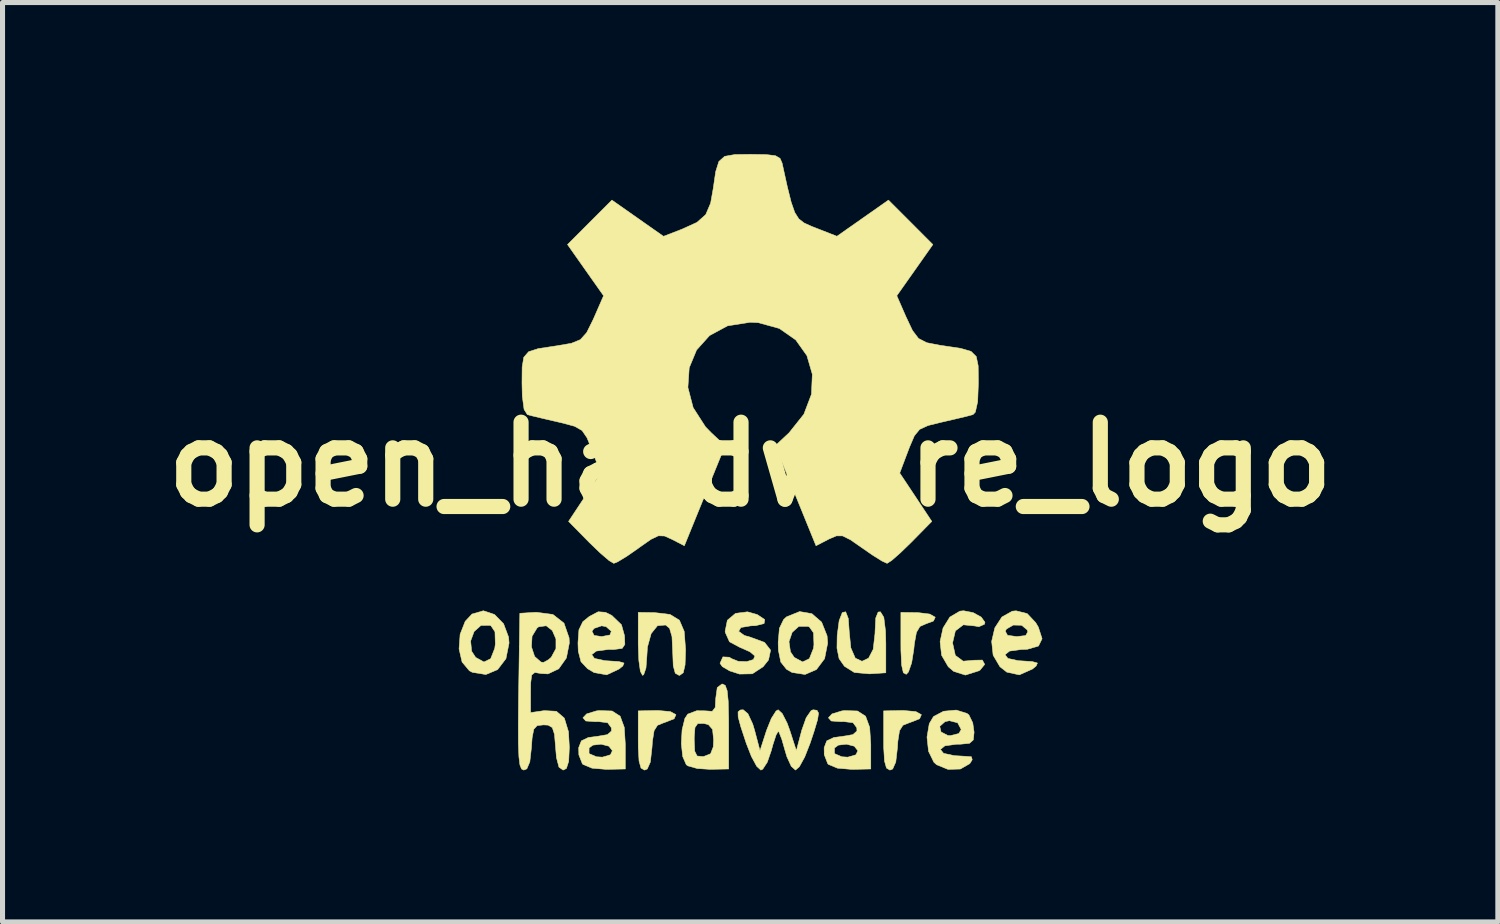
<source format=kicad_pcb>
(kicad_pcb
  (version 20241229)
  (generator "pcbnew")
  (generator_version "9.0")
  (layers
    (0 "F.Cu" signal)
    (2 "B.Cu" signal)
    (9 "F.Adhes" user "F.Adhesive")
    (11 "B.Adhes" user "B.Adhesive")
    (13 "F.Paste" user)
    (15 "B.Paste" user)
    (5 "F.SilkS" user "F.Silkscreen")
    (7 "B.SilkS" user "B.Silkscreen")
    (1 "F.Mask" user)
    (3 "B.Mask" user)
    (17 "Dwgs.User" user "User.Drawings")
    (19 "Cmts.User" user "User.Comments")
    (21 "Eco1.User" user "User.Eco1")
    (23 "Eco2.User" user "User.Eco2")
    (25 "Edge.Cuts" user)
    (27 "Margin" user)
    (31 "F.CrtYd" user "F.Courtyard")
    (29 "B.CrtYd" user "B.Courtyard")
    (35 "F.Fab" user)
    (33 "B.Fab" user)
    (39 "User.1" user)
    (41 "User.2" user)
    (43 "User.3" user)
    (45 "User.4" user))
  (footprint "open_hardware_logo"
    (layer "F.Cu")
    (at 11.8 6.142)
    (property "Reference" "open_hardware_logo" (at 0 0 0) (layer "F.SilkS") (effects (font (size 1.524 1.524) (thickness 0.3))))
    (attr through_hole)
    (fp_poly (pts (xy 3.324 2.935) (xy 3.556 2.964) (xy 3.663 3.026) (xy 3.628 3.101) (xy 3.478 3.157) (xy 3.36 3.209) (xy 3.291 3.325) (xy 3.25 3.549) (xy 3.239 3.662) (xy 3.196 3.93) (xy 3.133 4.11) (xy 3.09 4.156) (xy 3.032 4.126) (xy 2.998 3.976) (xy 2.984 3.685) (xy 2.983 3.56) (xy 2.983 2.93) (xy 3.324 2.935)) (stroke (width 0.01) (type solid)) (fill yes) (layer "F.SilkS"))
    (fp_poly (pts (xy -1.58 4.894) (xy -1.469 4.955) (xy -1.506 5.036) (xy -1.699 5.112) (xy -1.711 5.115) (xy -1.835 5.165) (xy -1.902 5.271) (xy -1.935 5.481) (xy -1.944 5.608) (xy -1.976 5.892) (xy -2.037 6.03) (xy -2.093 6.052) (xy -2.161 6.012) (xy -2.2 5.874) (xy -2.215 5.607) (xy -2.216 5.466) (xy -2.216 4.88) (xy -1.826 4.872) (xy -1.58 4.894)) (stroke (width 0.01) (type solid)) (fill yes) (layer "F.SilkS"))
    (fp_poly (pts (xy 3.279 4.894) (xy 3.389 4.955) (xy 3.353 5.036) (xy 3.159 5.112) (xy 3.147 5.115) (xy 3.023 5.165) (xy 2.956 5.271) (xy 2.923 5.481) (xy 2.915 5.608) (xy 2.882 5.892) (xy 2.821 6.03) (xy 2.766 6.052) (xy 2.698 6.012) (xy 2.659 5.874) (xy 2.643 5.607) (xy 2.642 5.466) (xy 2.642 4.88) (xy 3.032 4.872) (xy 3.279 4.894)) (stroke (width 0.01) (type solid)) (fill yes) (layer "F.SilkS"))
    (fp_poly (pts (xy 1.942 3.051) (xy 1.96 3.307) (xy 1.992 3.632) (xy 2.08 3.835) (xy 2.213 3.898) (xy 2.344 3.836) (xy 2.435 3.661) (xy 2.471 3.347) (xy 2.472 3.307) (xy 2.486 3.04) (xy 2.533 2.924) (xy 2.578 2.919) (xy 2.645 3.028) (xy 2.679 3.3) (xy 2.685 3.54) (xy 2.685 4.126) (xy 2.361 4.147) (xy 2.062 4.12) (xy 1.866 3.997) (xy 1.76 3.846) (xy 1.718 3.639) (xy 1.722 3.39) (xy 1.761 3.094) (xy 1.823 2.934) (xy 1.89 2.918) (xy 1.942 3.051)) (stroke (width 0.01) (type solid)) (fill yes) (layer "F.SilkS"))
    (fp_poly (pts (xy 4.413 2.935) (xy 4.573 3.023) (xy 4.647 3.126) (xy 4.639 3.164) (xy 4.526 3.214) (xy 4.454 3.2) (xy 4.219 3.176) (xy 4.062 3.296) (xy 4.006 3.534) (xy 4.061 3.782) (xy 4.216 3.896) (xy 4.437 3.877) (xy 4.596 3.874) (xy 4.642 3.959) (xy 4.551 4.072) (xy 4.525 4.087) (xy 4.259 4.171) (xy 4.029 4.098) (xy 3.921 4.006) (xy 3.789 3.779) (xy 3.759 3.508) (xy 3.818 3.239) (xy 3.953 3.022) (xy 4.151 2.906) (xy 4.225 2.898) (xy 4.413 2.935)) (stroke (width 0.01) (type solid)) (fill yes) (layer "F.SilkS"))
    (fp_poly (pts (xy -1.888 2.935) (xy -1.587 2.971) (xy -1.401 3.085) (xy -1.306 3.307) (xy -1.279 3.663) (xy -1.279 3.676) (xy -1.289 3.969) (xy -1.325 4.125) (xy -1.395 4.176) (xy -1.406 4.177) (xy -1.483 4.135) (xy -1.523 3.988) (xy -1.534 3.705) (xy -1.548 3.409) (xy -1.596 3.245) (xy -1.674 3.18) (xy -1.835 3.194) (xy -1.96 3.349) (xy -2.034 3.617) (xy -2.046 3.809) (xy -2.063 4.032) (xy -2.108 4.163) (xy -2.131 4.177) (xy -2.174 4.097) (xy -2.204 3.884) (xy -2.216 3.572) (xy -2.216 3.553) (xy -2.216 2.93) (xy -1.888 2.935)) (stroke (width 0.01) (type solid)) (fill yes) (layer "F.SilkS"))
    (fp_poly (pts (xy -5.061 2.972) (xy -4.882 3.155) (xy -4.783 3.419) (xy -4.773 3.537) (xy -4.835 3.847) (xy -5 4.063) (xy -5.232 4.16) (xy -5.499 4.117) (xy -5.558 4.086) (xy -5.703 3.913) (xy -5.763 3.653) (xy -5.751 3.496) (xy -5.534 3.496) (xy -5.514 3.699) (xy -5.435 3.821) (xy -5.27 3.912) (xy -5.137 3.847) (xy -5.056 3.641) (xy -5.045 3.557) (xy -5.052 3.314) (xy -5.131 3.196) (xy -5.153 3.186) (xy -5.33 3.189) (xy -5.465 3.309) (xy -5.534 3.496) (xy -5.751 3.496) (xy -5.742 3.364) (xy -5.641 3.107) (xy -5.506 2.963) (xy -5.281 2.898) (xy -5.061 2.972)) (stroke (width 0.01) (type solid)) (fill yes) (layer "F.SilkS"))
    (fp_poly (pts (xy 1.221 2.956) (xy 1.414 3.123) (xy 1.522 3.394) (xy 1.534 3.537) (xy 1.473 3.846) (xy 1.312 4.061) (xy 1.086 4.159) (xy 0.83 4.12) (xy 0.719 4.056) (xy 0.606 3.914) (xy 0.558 3.678) (xy 0.554 3.537) (xy 0.556 3.51) (xy 0.768 3.51) (xy 0.797 3.71) (xy 0.872 3.821) (xy 1.037 3.911) (xy 1.172 3.846) (xy 1.253 3.641) (xy 1.262 3.569) (xy 1.254 3.335) (xy 1.172 3.219) (xy 1.144 3.206) (xy 0.964 3.206) (xy 0.831 3.325) (xy 0.768 3.51) (xy 0.556 3.51) (xy 0.578 3.246) (xy 0.662 3.071) (xy 0.719 3.019) (xy 0.978 2.914) (xy 1.221 2.956)) (stroke (width 0.01) (type solid)) (fill yes) (layer "F.SilkS"))
    (fp_poly (pts (xy 0.139 2.973) (xy 0.288 3.073) (xy 0.275 3.151) (xy 0.108 3.193) (xy 0.014 3.196) (xy -0.184 3.229) (xy -0.228 3.304) (xy -0.118 3.386) (xy 0.007 3.422) (xy 0.284 3.524) (xy 0.404 3.678) (xy 0.363 3.872) (xy 0.256 4.006) (xy 0.042 4.146) (xy -0.21 4.151) (xy -0.405 4.089) (xy -0.552 4.003) (xy -0.597 3.938) (xy -0.54 3.811) (xy -0.411 3.818) (xy -0.375 3.843) (xy -0.236 3.899) (xy -0.067 3.904) (xy 0.064 3.864) (xy 0.093 3.793) (xy -0.005 3.71) (xy -0.195 3.626) (xy -0.205 3.622) (xy -0.41 3.512) (xy -0.492 3.329) (xy -0.496 3.304) (xy -0.452 3.086) (xy -0.291 2.95) (xy -0.054 2.919) (xy 0.139 2.973)) (stroke (width 0.01) (type solid)) (fill yes) (layer "F.SilkS"))
    (fp_poly (pts (xy -2.734 4.882) (xy -2.574 4.985) (xy -2.493 5.205) (xy -2.472 5.54) (xy -2.472 6.03) (xy -2.848 6.038) (xy -3.131 6.014) (xy -3.309 5.94) (xy -3.323 5.925) (xy -3.392 5.749) (xy -3.392 5.725) (xy -3.19 5.725) (xy -3.045 5.788) (xy -2.926 5.796) (xy -2.766 5.749) (xy -2.728 5.668) (xy -2.797 5.579) (xy -2.952 5.539) (xy -3.114 5.558) (xy -3.189 5.614) (xy -3.19 5.725) (xy -3.392 5.725) (xy -3.395 5.609) (xy -3.342 5.473) (xy -3.204 5.407) (xy -3.042 5.386) (xy -2.826 5.35) (xy -2.746 5.279) (xy -2.747 5.215) (xy -2.822 5.114) (xy -3.011 5.091) (xy -3.058 5.094) (xy -3.254 5.08) (xy -3.311 5.017) (xy -3.238 4.94) (xy -3.047 4.881) (xy -2.992 4.874) (xy -2.734 4.882)) (stroke (width 0.01) (type solid)) (fill yes) (layer "F.SilkS"))
    (fp_poly (pts (xy 2.124 4.882) (xy 2.284 4.985) (xy 2.365 5.205) (xy 2.387 5.54) (xy 2.387 6.03) (xy 2.011 6.038) (xy 1.728 6.014) (xy 1.55 5.94) (xy 1.535 5.925) (xy 1.467 5.749) (xy 1.466 5.725) (xy 1.668 5.725) (xy 1.813 5.788) (xy 1.932 5.796) (xy 2.093 5.749) (xy 2.131 5.668) (xy 2.061 5.579) (xy 1.906 5.539) (xy 1.745 5.558) (xy 1.669 5.614) (xy 1.668 5.725) (xy 1.466 5.725) (xy 1.464 5.609) (xy 1.516 5.473) (xy 1.655 5.407) (xy 1.816 5.386) (xy 2.032 5.35) (xy 2.113 5.279) (xy 2.111 5.215) (xy 2.036 5.114) (xy 1.847 5.091) (xy 1.8 5.094) (xy 1.605 5.08) (xy 1.548 5.017) (xy 1.62 4.94) (xy 1.812 4.881) (xy 1.866 4.874) (xy 2.124 4.882)) (stroke (width 0.01) (type solid)) (fill yes) (layer "F.SilkS"))
    (fp_poly (pts (xy 5.483 2.954) (xy 5.653 3.135) (xy 5.705 3.224) (xy 5.778 3.452) (xy 5.707 3.596) (xy 5.488 3.66) (xy 5.365 3.665) (xy 5.134 3.696) (xy 5.045 3.767) (xy 5.102 3.842) (xy 5.31 3.887) (xy 5.335 3.888) (xy 5.584 3.904) (xy 5.686 3.933) (xy 5.66 3.992) (xy 5.588 4.051) (xy 5.328 4.167) (xy 5.08 4.113) (xy 4.944 4.006) (xy 4.809 3.777) (xy 4.78 3.504) (xy 4.827 3.303) (xy 5.05 3.303) (xy 5.094 3.384) (xy 5.275 3.409) (xy 5.453 3.389) (xy 5.495 3.317) (xy 5.484 3.277) (xy 5.374 3.185) (xy 5.208 3.181) (xy 5.073 3.259) (xy 5.05 3.303) (xy 4.827 3.303) (xy 4.843 3.236) (xy 4.983 3.021) (xy 5.187 2.907) (xy 5.263 2.899) (xy 5.483 2.954)) (stroke (width 0.01) (type solid)) (fill yes) (layer "F.SilkS"))
    (fp_poly (pts (xy -2.864 2.929) (xy -2.739 2.991) (xy -2.548 3.175) (xy -2.488 3.391) (xy -2.481 3.564) (xy -2.534 3.643) (xy -2.693 3.664) (xy -2.814 3.665) (xy -3.046 3.696) (xy -3.137 3.766) (xy -3.083 3.841) (xy -2.878 3.886) (xy -2.847 3.888) (xy -2.598 3.904) (xy -2.497 3.933) (xy -2.522 3.992) (xy -2.595 4.051) (xy -2.84 4.166) (xy -3.089 4.122) (xy -3.22 4.044) (xy -3.349 3.907) (xy -3.403 3.699) (xy -3.409 3.534) (xy -3.392 3.303) (xy -3.132 3.303) (xy -3.09 3.386) (xy -2.941 3.409) (xy -2.775 3.377) (xy -2.749 3.303) (xy -2.853 3.212) (xy -2.941 3.196) (xy -3.09 3.247) (xy -3.132 3.303) (xy -3.392 3.303) (xy -3.39 3.275) (xy -3.313 3.115) (xy -3.186 3.012) (xy -3.009 2.918) (xy -2.864 2.929)) (stroke (width 0.01) (type solid)) (fill yes) (layer "F.SilkS"))
    (fp_poly (pts (xy 4.291 4.93) (xy 4.33 4.961) (xy 4.406 5.118) (xy 4.432 5.302) (xy 4.417 5.454) (xy 4.341 5.522) (xy 4.155 5.54) (xy 4.084 5.54) (xy 3.853 5.572) (xy 3.766 5.643) (xy 3.827 5.72) (xy 4.04 5.766) (xy 4.056 5.767) (xy 4.261 5.779) (xy 4.379 5.788) (xy 4.395 5.847) (xy 4.347 5.924) (xy 4.16 6.031) (xy 3.916 6.038) (xy 3.691 5.946) (xy 3.636 5.896) (xy 3.53 5.679) (xy 3.5 5.399) (xy 3.536 5.186) (xy 3.752 5.186) (xy 3.778 5.297) (xy 3.911 5.366) (xy 3.963 5.37) (xy 4.131 5.328) (xy 4.177 5.249) (xy 4.107 5.116) (xy 3.944 5.074) (xy 3.857 5.093) (xy 3.752 5.186) (xy 3.536 5.186) (xy 3.545 5.133) (xy 3.629 4.992) (xy 3.828 4.887) (xy 4.078 4.864) (xy 4.291 4.93)) (stroke (width 0.01) (type solid)) (fill yes) (layer "F.SilkS"))
    (fp_poly (pts (xy -0.494 4.375) (xy -0.456 4.479) (xy -0.435 4.687) (xy -0.427 5.026) (xy -0.426 5.189) (xy -0.426 6.03) (xy -0.796 6.037) (xy -1.047 6.021) (xy -1.231 5.969) (xy -1.265 5.946) (xy -1.336 5.783) (xy -1.363 5.529) (xy -1.359 5.455) (xy -1.108 5.455) (xy -1.098 5.678) (xy -1.051 5.773) (xy -0.942 5.784) (xy -0.916 5.781) (xy -0.784 5.729) (xy -0.731 5.593) (xy -0.724 5.455) (xy -0.745 5.246) (xy -0.828 5.152) (xy -0.916 5.129) (xy -1.038 5.131) (xy -1.093 5.209) (xy -1.108 5.407) (xy -1.108 5.455) (xy -1.359 5.455) (xy -1.348 5.255) (xy -1.293 5.03) (xy -1.236 4.944) (xy -1.058 4.877) (xy -0.895 4.879) (xy -0.751 4.889) (xy -0.692 4.812) (xy -0.682 4.633) (xy -0.652 4.418) (xy -0.557 4.347) (xy -0.554 4.347) (xy -0.494 4.375)) (stroke (width 0.01) (type solid)) (fill yes) (layer "F.SilkS"))
    (fp_poly (pts (xy 1.323 4.869) (xy 1.353 4.924) (xy 1.334 5.054) (xy 1.263 5.291) (xy 1.185 5.524) (xy 1.079 5.794) (xy 0.974 5.984) (xy 0.897 6.052) (xy 0.813 5.977) (xy 0.726 5.786) (xy 0.691 5.668) (xy 0.626 5.442) (xy 0.572 5.304) (xy 0.554 5.285) (xy 0.512 5.359) (xy 0.45 5.548) (xy 0.417 5.668) (xy 0.339 5.895) (xy 0.249 6.033) (xy 0.211 6.052) (xy 0.129 5.977) (xy 0.024 5.782) (xy -0.077 5.524) (xy -0.185 5.197) (xy -0.238 5) (xy -0.24 4.899) (xy -0.194 4.862) (xy -0.138 4.858) (xy -0.045 4.936) (xy 0.05 5.14) (xy 0.087 5.263) (xy 0.194 5.668) (xy 0.325 5.263) (xy 0.418 5.031) (xy 0.511 4.884) (xy 0.554 4.858) (xy 0.634 4.932) (xy 0.731 5.121) (xy 0.783 5.263) (xy 0.914 5.668) (xy 1.021 5.263) (xy 1.109 5.015) (xy 1.206 4.875) (xy 1.246 4.858) (xy 1.323 4.869)) (stroke (width 0.01) (type solid)) (fill yes) (layer "F.SilkS"))
    (fp_poly (pts (xy -3.906 2.971) (xy -3.686 3.143) (xy -3.585 3.434) (xy -3.58 3.537) (xy -3.638 3.832) (xy -3.79 4.047) (xy -4.003 4.148) (xy -4.141 4.14) (xy -4.264 4.12) (xy -4.325 4.17) (xy -4.345 4.326) (xy -4.347 4.501) (xy -4.347 4.914) (xy -4.077 4.875) (xy -3.836 4.888) (xy -3.679 5.023) (xy -3.597 5.293) (xy -3.58 5.599) (xy -3.593 5.879) (xy -3.638 6.02) (xy -3.703 6.052) (xy -3.785 5.994) (xy -3.835 5.804) (xy -3.852 5.604) (xy -3.874 5.343) (xy -3.917 5.21) (xy -4.001 5.162) (xy -4.091 5.157) (xy -4.217 5.171) (xy -4.284 5.244) (xy -4.317 5.416) (xy -4.33 5.604) (xy -4.362 5.888) (xy -4.421 6.027) (xy -4.481 6.052) (xy -4.526 6.03) (xy -4.558 5.95) (xy -4.578 5.79) (xy -4.589 5.529) (xy -4.59 5.145) (xy -4.585 4.616) (xy -4.583 4.5) (xy -4.57 3.612) (xy -4.33 3.612) (xy -4.267 3.803) (xy -4.142 3.913) (xy -4.091 3.921) (xy -3.994 3.868) (xy -3.938 3.819) (xy -3.845 3.647) (xy -3.845 3.456) (xy -3.917 3.29) (xy -4.037 3.195) (xy -4.186 3.215) (xy -4.219 3.239) (xy -4.318 3.403) (xy -4.33 3.612) (xy -4.57 3.612) (xy -4.56 2.948) (xy -4.236 2.928) (xy -3.906 2.971)) (stroke (width 0.01) (type solid)) (fill yes) (layer "F.SilkS"))
    (fp_poly (pts (xy 0.319 -6.132) (xy 0.5 -6.11) (xy 0.591 -6.057) (xy 0.632 -5.963) (xy 0.636 -5.945) (xy 0.734 -5.5) (xy 0.811 -5.191) (xy 0.882 -4.987) (xy 0.962 -4.86) (xy 1.068 -4.778) (xy 1.216 -4.711) (xy 1.306 -4.676) (xy 1.717 -4.515) (xy 2.737 -5.231) (xy 3.177 -4.791) (xy 3.616 -4.351) (xy 3.259 -3.844) (xy 2.902 -3.338) (xy 3.082 -2.926) (xy 3.212 -2.651) (xy 3.332 -2.492) (xy 3.496 -2.408) (xy 3.757 -2.357) (xy 3.828 -2.347) (xy 4.167 -2.296) (xy 4.371 -2.237) (xy 4.475 -2.135) (xy 4.513 -1.952) (xy 4.517 -1.653) (xy 4.517 -1.611) (xy 4.503 -1.241) (xy 4.457 -1.034) (xy 4.411 -0.985) (xy 4.275 -0.949) (xy 4.031 -0.891) (xy 3.801 -0.838) (xy 3.521 -0.769) (xy 3.355 -0.693) (xy 3.25 -0.566) (xy 3.155 -0.344) (xy 3.129 -0.276) (xy 2.96 0.172) (xy 3.278 0.65) (xy 3.595 1.129) (xy 3.186 1.545) (xy 2.971 1.753) (xy 2.801 1.902) (xy 2.71 1.96) (xy 2.71 1.96) (xy 2.61 1.914) (xy 2.418 1.794) (xy 2.221 1.657) (xy 1.983 1.492) (xy 1.829 1.416) (xy 1.708 1.415) (xy 1.567 1.475) (xy 1.551 1.483) (xy 1.303 1.611) (xy 0.497 -0.37) (xy 0.77 -0.625) (xy 1.063 -0.993) (xy 1.213 -1.388) (xy 1.23 -1.784) (xy 1.123 -2.152) (xy 0.902 -2.463) (xy 0.577 -2.69) (xy 0.159 -2.805) (xy 0 -2.813) (xy -0.448 -2.742) (xy -0.804 -2.55) (xy -1.061 -2.264) (xy -1.207 -1.912) (xy -1.233 -1.522) (xy -1.129 -1.123) (xy -0.885 -0.743) (xy -0.77 -0.625) (xy -0.497 -0.37) (xy -0.9 0.621) (xy -1.303 1.611) (xy -1.551 1.483) (xy -1.696 1.418) (xy -1.817 1.414) (xy -1.965 1.485) (xy -2.194 1.645) (xy -2.21 1.658) (xy -2.442 1.819) (xy -2.623 1.929) (xy -2.7 1.96) (xy -2.794 1.904) (xy -2.968 1.755) (xy -3.184 1.547) (xy -3.186 1.545) (xy -3.595 1.129) (xy -3.278 0.65) (xy -2.96 0.172) (xy -3.129 -0.276) (xy -3.23 -0.526) (xy -3.328 -0.67) (xy -3.476 -0.754) (xy -3.726 -0.821) (xy -3.801 -0.838) (xy -4.088 -0.905) (xy -4.314 -0.959) (xy -4.411 -0.985) (xy -4.476 -1.088) (xy -4.511 -1.351) (xy -4.517 -1.611) (xy -4.514 -1.925) (xy -4.482 -2.119) (xy -4.387 -2.229) (xy -4.196 -2.291) (xy -3.873 -2.34) (xy -3.828 -2.347) (xy -3.54 -2.396) (xy -3.361 -2.469) (xy -3.236 -2.609) (xy -3.113 -2.857) (xy -3.082 -2.926) (xy -2.902 -3.338) (xy -3.259 -3.844) (xy -3.616 -4.351) (xy -3.177 -4.791) (xy -2.737 -5.231) (xy -2.226 -4.872) (xy -1.716 -4.514) (xy -1.348 -4.656) (xy -1.054 -4.79) (xy -0.88 -4.944) (xy -0.783 -5.171) (xy -0.732 -5.458) (xy -0.683 -5.794) (xy -0.62 -5.995) (xy -0.506 -6.097) (xy -0.303 -6.133) (xy 0.007 -6.137) (xy 0.319 -6.132)) (stroke (width 0.01) (type solid)) (fill yes) (layer "F.SilkS")))
  (gr_rect
    (start -3 -3)
    (end 26.6 15.199)
    (stroke (width 0.1) (type default))
    (fill no)
    (layer "Edge.Cuts")))
</source>
